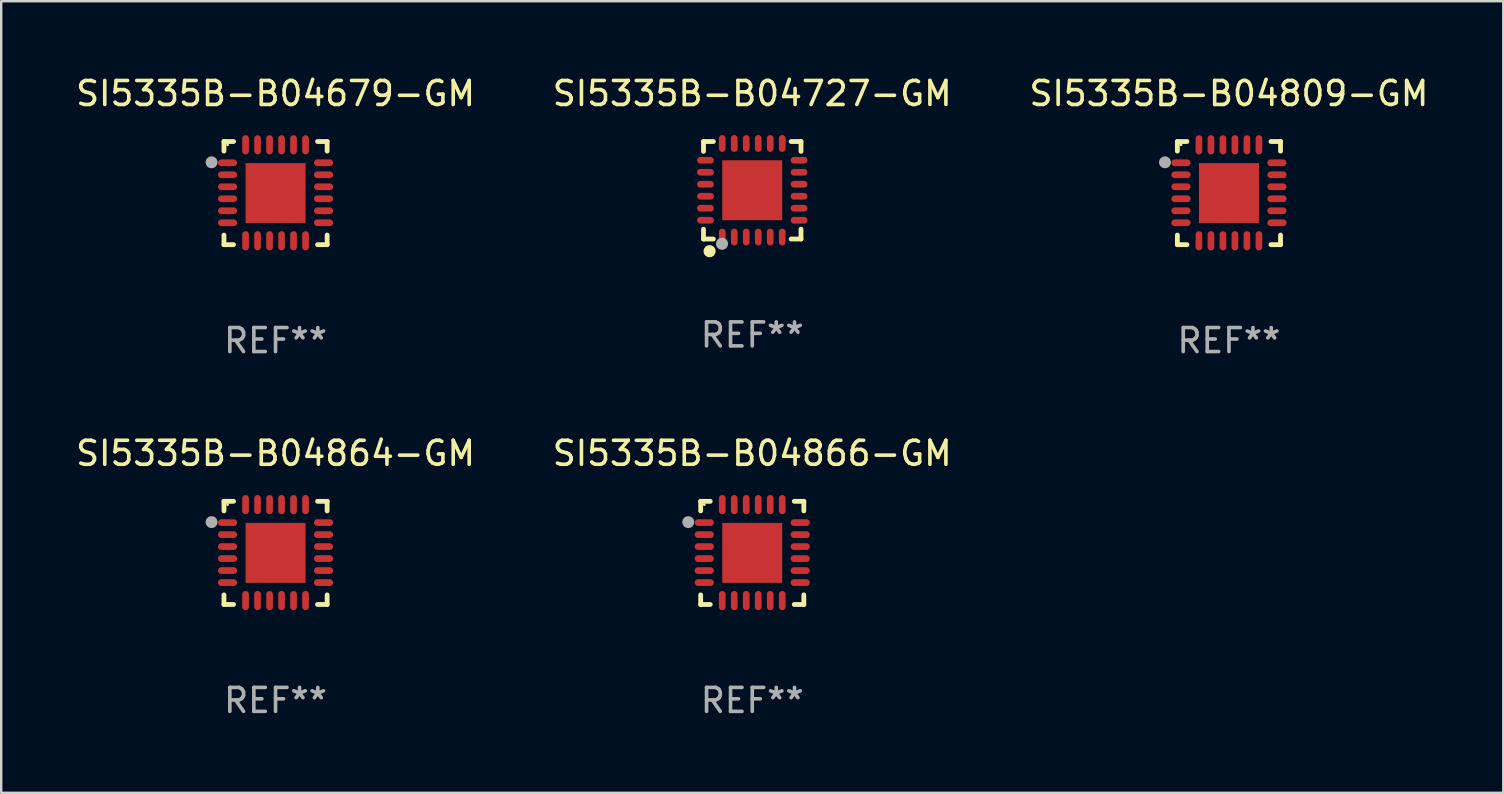
<source format=kicad_pcb>
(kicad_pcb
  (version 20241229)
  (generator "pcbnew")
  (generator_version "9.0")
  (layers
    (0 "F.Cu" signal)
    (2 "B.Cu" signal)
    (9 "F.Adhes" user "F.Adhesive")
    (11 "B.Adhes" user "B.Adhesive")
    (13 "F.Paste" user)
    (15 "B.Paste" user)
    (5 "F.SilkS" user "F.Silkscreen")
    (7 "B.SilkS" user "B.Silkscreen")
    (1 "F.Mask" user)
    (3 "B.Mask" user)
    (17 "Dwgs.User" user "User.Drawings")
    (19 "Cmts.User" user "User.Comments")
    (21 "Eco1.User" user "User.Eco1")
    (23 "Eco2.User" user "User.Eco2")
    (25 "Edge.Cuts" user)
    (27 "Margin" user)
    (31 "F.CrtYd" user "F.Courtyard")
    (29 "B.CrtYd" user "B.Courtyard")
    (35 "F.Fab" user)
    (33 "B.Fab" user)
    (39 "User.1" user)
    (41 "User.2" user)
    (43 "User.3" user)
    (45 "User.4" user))
  (footprint "SI5335B-B04864-GM"
    (layer "F.Cu")
    (at 8.435 19.995)
    (property "Reference" "SI5335B-B04864-GM" (at 0 -4.15 0) (layer "F.SilkS") (effects (font (size 1 1) (thickness 0.15))))
    (attr through_hole)
    (fp_line (start -2.15 -2.15) (end -1.75 -2.15) (stroke (width 0.2) (type solid)) (layer "F.SilkS"))
    (fp_line (start -2.15 -1.75) (end -2.15 -2.15) (stroke (width 0.2) (type solid)) (layer "F.SilkS"))
    (fp_line (start -2.15 2.15) (end -2.15 1.75) (stroke (width 0.2) (type solid)) (layer "F.SilkS"))
    (fp_line (start -1.75 2.15) (end -2.15 2.15) (stroke (width 0.2) (type solid)) (layer "F.SilkS"))
    (fp_line (start 1.75 -2.15) (end 2.15 -2.15) (stroke (width 0.2) (type solid)) (layer "F.SilkS"))
    (fp_line (start 1.75 2.15) (end 2.15 2.15) (stroke (width 0.2) (type solid)) (layer "F.SilkS"))
    (fp_line (start 2.15 -2.15) (end 2.15 -1.75) (stroke (width 0.2) (type solid)) (layer "F.SilkS"))
    (fp_line (start 2.15 2.15) (end 2.15 1.75) (stroke (width 0.2) (type solid)) (layer "F.SilkS"))
    (fp_circle (center -2 -2.013) (end -1.97 -2.013) (stroke (width 0.06) (type solid)) (fill no) (layer "F.SilkS"))
    (fp_circle (center -2.667 -1.283) (end -2.542 -1.283) (stroke (width 0.25) (type solid)) (fill no) (layer "F.Fab"))
    (fp_text user "REF**" (at 0 6.15 0) (layer "F.Fab") (effects (font (size 1 1) (thickness 0.15))))
    (pad "1" smd oval (at -2 -1.263) (size 0.8 0.28) (layers "F.Cu" "F.Mask" "F.Paste"))
    (pad "2" smd oval (at -2 -0.763) (size 0.8 0.28) (layers "F.Cu" "F.Mask" "F.Paste"))
    (pad "3" smd oval (at -2 -0.263) (size 0.8 0.28) (layers "F.Cu" "F.Mask" "F.Paste"))
    (pad "4" smd oval (at -2 0.237) (size 0.8 0.28) (layers "F.Cu" "F.Mask" "F.Paste"))
    (pad "5" smd oval (at -2 0.737) (size 0.8 0.28) (layers "F.Cu" "F.Mask" "F.Paste"))
    (pad "6" smd oval (at -2 1.237) (size 0.8 0.28) (layers "F.Cu" "F.Mask" "F.Paste"))
    (pad "7" smd oval (at -1.25 1.987) (size 0.28 0.8) (layers "F.Cu" "F.Mask" "F.Paste"))
    (pad "8" smd oval (at -0.75 1.987) (size 0.28 0.8) (layers "F.Cu" "F.Mask" "F.Paste"))
    (pad "9" smd oval (at -0.25 1.987) (size 0.28 0.8) (layers "F.Cu" "F.Mask" "F.Paste"))
    (pad "10" smd oval (at 0.25 1.987) (size 0.28 0.8) (layers "F.Cu" "F.Mask" "F.Paste"))
    (pad "11" smd oval (at 0.75 1.987) (size 0.28 0.8) (layers "F.Cu" "F.Mask" "F.Paste"))
    (pad "12" smd oval (at 1.25 1.987) (size 0.28 0.8) (layers "F.Cu" "F.Mask" "F.Paste"))
    (pad "13" smd oval (at 2 1.237) (size 0.8 0.28) (layers "F.Cu" "F.Mask" "F.Paste"))
    (pad "14" smd oval (at 2 0.737) (size 0.8 0.28) (layers "F.Cu" "F.Mask" "F.Paste"))
    (pad "15" smd oval (at 2 0.237) (size 0.8 0.28) (layers "F.Cu" "F.Mask" "F.Paste"))
    (pad "16" smd oval (at 2 -0.263) (size 0.8 0.28) (layers "F.Cu" "F.Mask" "F.Paste"))
    (pad "17" smd oval (at 2 -0.763) (size 0.8 0.28) (layers "F.Cu" "F.Mask" "F.Paste"))
    (pad "18" smd oval (at 2 -1.263) (size 0.8 0.28) (layers "F.Cu" "F.Mask" "F.Paste"))
    (pad "19" smd oval (at 1.25 -2.013) (size 0.28 0.8) (layers "F.Cu" "F.Mask" "F.Paste"))
    (pad "20" smd oval (at 0.75 -2.013) (size 0.28 0.8) (layers "F.Cu" "F.Mask" "F.Paste"))
    (pad "21" smd oval (at 0.25 -2.013) (size 0.28 0.8) (layers "F.Cu" "F.Mask" "F.Paste"))
    (pad "22" smd oval (at -0.25 -2.013) (size 0.28 0.8) (layers "F.Cu" "F.Mask" "F.Paste"))
    (pad "23" smd oval (at -0.75 -2.013) (size 0.28 0.8) (layers "F.Cu" "F.Mask" "F.Paste"))
    (pad "24" smd oval (at -1.25 -2.013) (size 0.28 0.8) (layers "F.Cu" "F.Mask" "F.Paste"))
    (pad "25" smd rect (at -0.000127 -0.00014) (size 2.5 2.5) (layers "F.Cu" "F.Mask" "F.Paste")))
  (footprint "SI5335B-B04866-GM"
    (layer "F.Cu")
    (at 28.304 19.995)
    (property "Reference" "SI5335B-B04866-GM" (at 0 -4.15 0) (layer "F.SilkS") (effects (font (size 1 1) (thickness 0.15))))
    (attr through_hole)
    (fp_line (start -2.15 -2.15) (end -1.75 -2.15) (stroke (width 0.2) (type solid)) (layer "F.SilkS"))
    (fp_line (start -2.15 -1.75) (end -2.15 -2.15) (stroke (width 0.2) (type solid)) (layer "F.SilkS"))
    (fp_line (start -2.15 2.15) (end -2.15 1.75) (stroke (width 0.2) (type solid)) (layer "F.SilkS"))
    (fp_line (start -1.75 2.15) (end -2.15 2.15) (stroke (width 0.2) (type solid)) (layer "F.SilkS"))
    (fp_line (start 1.75 -2.15) (end 2.15 -2.15) (stroke (width 0.2) (type solid)) (layer "F.SilkS"))
    (fp_line (start 1.75 2.15) (end 2.15 2.15) (stroke (width 0.2) (type solid)) (layer "F.SilkS"))
    (fp_line (start 2.15 -2.15) (end 2.15 -1.75) (stroke (width 0.2) (type solid)) (layer "F.SilkS"))
    (fp_line (start 2.15 2.15) (end 2.15 1.75) (stroke (width 0.2) (type solid)) (layer "F.SilkS"))
    (fp_circle (center -2 -2.013) (end -1.97 -2.013) (stroke (width 0.06) (type solid)) (fill no) (layer "F.SilkS"))
    (fp_circle (center -2.667 -1.283) (end -2.542 -1.283) (stroke (width 0.25) (type solid)) (fill no) (layer "F.Fab"))
    (fp_text user "REF**" (at 0 6.15 0) (layer "F.Fab") (effects (font (size 1 1) (thickness 0.15))))
    (pad "1" smd oval (at -2 -1.263) (size 0.8 0.28) (layers "F.Cu" "F.Mask" "F.Paste"))
    (pad "2" smd oval (at -2 -0.763) (size 0.8 0.28) (layers "F.Cu" "F.Mask" "F.Paste"))
    (pad "3" smd oval (at -2 -0.263) (size 0.8 0.28) (layers "F.Cu" "F.Mask" "F.Paste"))
    (pad "4" smd oval (at -2 0.237) (size 0.8 0.28) (layers "F.Cu" "F.Mask" "F.Paste"))
    (pad "5" smd oval (at -2 0.737) (size 0.8 0.28) (layers "F.Cu" "F.Mask" "F.Paste"))
    (pad "6" smd oval (at -2 1.237) (size 0.8 0.28) (layers "F.Cu" "F.Mask" "F.Paste"))
    (pad "7" smd oval (at -1.25 1.987) (size 0.28 0.8) (layers "F.Cu" "F.Mask" "F.Paste"))
    (pad "8" smd oval (at -0.75 1.987) (size 0.28 0.8) (layers "F.Cu" "F.Mask" "F.Paste"))
    (pad "9" smd oval (at -0.25 1.987) (size 0.28 0.8) (layers "F.Cu" "F.Mask" "F.Paste"))
    (pad "10" smd oval (at 0.25 1.987) (size 0.28 0.8) (layers "F.Cu" "F.Mask" "F.Paste"))
    (pad "11" smd oval (at 0.75 1.987) (size 0.28 0.8) (layers "F.Cu" "F.Mask" "F.Paste"))
    (pad "12" smd oval (at 1.25 1.987) (size 0.28 0.8) (layers "F.Cu" "F.Mask" "F.Paste"))
    (pad "13" smd oval (at 2 1.237) (size 0.8 0.28) (layers "F.Cu" "F.Mask" "F.Paste"))
    (pad "14" smd oval (at 2 0.737) (size 0.8 0.28) (layers "F.Cu" "F.Mask" "F.Paste"))
    (pad "15" smd oval (at 2 0.237) (size 0.8 0.28) (layers "F.Cu" "F.Mask" "F.Paste"))
    (pad "16" smd oval (at 2 -0.263) (size 0.8 0.28) (layers "F.Cu" "F.Mask" "F.Paste"))
    (pad "17" smd oval (at 2 -0.763) (size 0.8 0.28) (layers "F.Cu" "F.Mask" "F.Paste"))
    (pad "18" smd oval (at 2 -1.263) (size 0.8 0.28) (layers "F.Cu" "F.Mask" "F.Paste"))
    (pad "19" smd oval (at 1.25 -2.013) (size 0.28 0.8) (layers "F.Cu" "F.Mask" "F.Paste"))
    (pad "20" smd oval (at 0.75 -2.013) (size 0.28 0.8) (layers "F.Cu" "F.Mask" "F.Paste"))
    (pad "21" smd oval (at 0.25 -2.013) (size 0.28 0.8) (layers "F.Cu" "F.Mask" "F.Paste"))
    (pad "22" smd oval (at -0.25 -2.013) (size 0.28 0.8) (layers "F.Cu" "F.Mask" "F.Paste"))
    (pad "23" smd oval (at -0.75 -2.013) (size 0.28 0.8) (layers "F.Cu" "F.Mask" "F.Paste"))
    (pad "24" smd oval (at -1.25 -2.013) (size 0.28 0.8) (layers "F.Cu" "F.Mask" "F.Paste"))
    (pad "25" smd rect (at -0.000127 -0.00014) (size 2.5 2.5) (layers "F.Cu" "F.Mask" "F.Paste")))
  (footprint "SI5335B-B04727-GM"
    (layer "F.Cu")
    (at 28.304 4.88)
    (property "Reference" "SI5335B-B04727-GM" (at 0 -4.032 0) (layer "F.SilkS") (effects (font (size 1 1) (thickness 0.15))))
    (attr through_hole)
    (fp_line (start -2.032 -2.032) (end -1.621 -2.032) (stroke (width 0.2) (type solid)) (layer "F.SilkS"))
    (fp_line (start -2.032 -1.621) (end -2.032 -2.032) (stroke (width 0.2) (type solid)) (layer "F.SilkS"))
    (fp_line (start -2.032 2.032) (end -2.032 1.621) (stroke (width 0.2) (type solid)) (layer "F.SilkS"))
    (fp_line (start -1.621 2.032) (end -2.032 2.032) (stroke (width 0.2) (type solid)) (layer "F.SilkS"))
    (fp_line (start 1.621 -2.032) (end 2.032 -2.032) (stroke (width 0.2) (type solid)) (layer "F.SilkS"))
    (fp_line (start 2.032 -2.032) (end 2.032 -1.621) (stroke (width 0.2) (type solid)) (layer "F.SilkS"))
    (fp_line (start 2.032 1.621) (end 2.032 2.032) (stroke (width 0.2) (type solid)) (layer "F.SilkS"))
    (fp_line (start 2.032 2.032) (end 1.621 2.032) (stroke (width 0.2) (type solid)) (layer "F.SilkS"))
    (fp_circle (center -2 2) (end -1.97 2) (stroke (width 0.06) (type solid)) (fill no) (layer "F.SilkS"))
    (fp_circle (center -1.778 2.54) (end -1.651 2.54) (stroke (width 0.254) (type solid)) (fill no) (layer "F.SilkS"))
    (fp_circle (center -1.26 2.23) (end -1.133 2.23) (stroke (width 0.254) (type solid)) (fill no) (layer "F.Fab"))
    (fp_text user "REF**" (at 0 6.032 0) (layer "F.Fab") (effects (font (size 1 1) (thickness 0.15))))
    (pad "1" smd oval (at -1.25 1.95 180) (size 0.28 0.7) (layers "F.Cu" "F.Mask" "F.Paste"))
    (pad "2" smd oval (at -0.75 1.95 180) (size 0.28 0.7) (layers "F.Cu" "F.Mask" "F.Paste"))
    (pad "3" smd oval (at -0.25 1.95 180) (size 0.28 0.7) (layers "F.Cu" "F.Mask" "F.Paste"))
    (pad "4" smd oval (at 0.25 1.95 180) (size 0.28 0.7) (layers "F.Cu" "F.Mask" "F.Paste"))
    (pad "5" smd oval (at 0.75 1.95 180) (size 0.28 0.7) (layers "F.Cu" "F.Mask" "F.Paste"))
    (pad "6" smd oval (at 1.25 1.95 180) (size 0.28 0.7) (layers "F.Cu" "F.Mask" "F.Paste"))
    (pad "7" smd oval (at 1.95 1.25 270) (size 0.28 0.7) (layers "F.Cu" "F.Mask" "F.Paste"))
    (pad "8" smd oval (at 1.95 0.75 270) (size 0.28 0.7) (layers "F.Cu" "F.Mask" "F.Paste"))
    (pad "9" smd oval (at 1.95 0.25 270) (size 0.28 0.7) (layers "F.Cu" "F.Mask" "F.Paste"))
    (pad "10" smd oval (at 1.95 -0.25 270) (size 0.28 0.7) (layers "F.Cu" "F.Mask" "F.Paste"))
    (pad "11" smd oval (at 1.95 -0.75 270) (size 0.28 0.7) (layers "F.Cu" "F.Mask" "F.Paste"))
    (pad "12" smd oval (at 1.95 -1.25 270) (size 0.28 0.7) (layers "F.Cu" "F.Mask" "F.Paste"))
    (pad "13" smd oval (at 1.25 -1.95) (size 0.28 0.7) (layers "F.Cu" "F.Mask" "F.Paste"))
    (pad "14" smd oval (at 0.75 -1.95) (size 0.28 0.7) (layers "F.Cu" "F.Mask" "F.Paste"))
    (pad "15" smd oval (at 0.25 -1.95) (size 0.28 0.7) (layers "F.Cu" "F.Mask" "F.Paste"))
    (pad "16" smd oval (at -0.25 -1.95) (size 0.28 0.7) (layers "F.Cu" "F.Mask" "F.Paste"))
    (pad "17" smd oval (at -0.75 -1.95) (size 0.28 0.7) (layers "F.Cu" "F.Mask" "F.Paste"))
    (pad "18" smd oval (at -1.25 -1.95) (size 0.28 0.7) (layers "F.Cu" "F.Mask" "F.Paste"))
    (pad "19" smd oval (at -1.95 -1.25 90) (size 0.28 0.7) (layers "F.Cu" "F.Mask" "F.Paste"))
    (pad "20" smd oval (at -1.95 -0.75 90) (size 0.28 0.7) (layers "F.Cu" "F.Mask" "F.Paste"))
    (pad "21" smd oval (at -1.95 -0.25 90) (size 0.28 0.7) (layers "F.Cu" "F.Mask" "F.Paste"))
    (pad "22" smd oval (at -1.95 0.25 90) (size 0.28 0.7) (layers "F.Cu" "F.Mask" "F.Paste"))
    (pad "23" smd oval (at -1.95 0.75 90) (size 0.28 0.7) (layers "F.Cu" "F.Mask" "F.Paste"))
    (pad "24" smd oval (at -1.95 1.25 90) (size 0.28 0.7) (layers "F.Cu" "F.Mask" "F.Paste"))
    (pad "25" smd rect (at -0.000178 0.000025 90) (size 2.5 2.5) (layers "F.Cu" "F.Mask" "F.Paste")))
  (footprint "SI5335B-B04809-GM"
    (layer "F.Cu")
    (at 48.173 4.998)
    (property "Reference" "SI5335B-B04809-GM" (at 0 -4.15 0) (layer "F.SilkS") (effects (font (size 1 1) (thickness 0.15))))
    (attr through_hole)
    (fp_line (start -2.15 -2.15) (end -1.75 -2.15) (stroke (width 0.2) (type solid)) (layer "F.SilkS"))
    (fp_line (start -2.15 -1.75) (end -2.15 -2.15) (stroke (width 0.2) (type solid)) (layer "F.SilkS"))
    (fp_line (start -2.15 2.15) (end -2.15 1.75) (stroke (width 0.2) (type solid)) (layer "F.SilkS"))
    (fp_line (start -1.75 2.15) (end -2.15 2.15) (stroke (width 0.2) (type solid)) (layer "F.SilkS"))
    (fp_line (start 1.75 -2.15) (end 2.15 -2.15) (stroke (width 0.2) (type solid)) (layer "F.SilkS"))
    (fp_line (start 1.75 2.15) (end 2.15 2.15) (stroke (width 0.2) (type solid)) (layer "F.SilkS"))
    (fp_line (start 2.15 -2.15) (end 2.15 -1.75) (stroke (width 0.2) (type solid)) (layer "F.SilkS"))
    (fp_line (start 2.15 2.15) (end 2.15 1.75) (stroke (width 0.2) (type solid)) (layer "F.SilkS"))
    (fp_circle (center -2 -2.013) (end -1.97 -2.013) (stroke (width 0.06) (type solid)) (fill no) (layer "F.SilkS"))
    (fp_circle (center -2.667 -1.283) (end -2.542 -1.283) (stroke (width 0.25) (type solid)) (fill no) (layer "F.Fab"))
    (fp_text user "REF**" (at 0 6.15 0) (layer "F.Fab") (effects (font (size 1 1) (thickness 0.15))))
    (pad "1" smd oval (at -2 -1.263) (size 0.8 0.28) (layers "F.Cu" "F.Mask" "F.Paste"))
    (pad "2" smd oval (at -2 -0.763) (size 0.8 0.28) (layers "F.Cu" "F.Mask" "F.Paste"))
    (pad "3" smd oval (at -2 -0.263) (size 0.8 0.28) (layers "F.Cu" "F.Mask" "F.Paste"))
    (pad "4" smd oval (at -2 0.237) (size 0.8 0.28) (layers "F.Cu" "F.Mask" "F.Paste"))
    (pad "5" smd oval (at -2 0.737) (size 0.8 0.28) (layers "F.Cu" "F.Mask" "F.Paste"))
    (pad "6" smd oval (at -2 1.237) (size 0.8 0.28) (layers "F.Cu" "F.Mask" "F.Paste"))
    (pad "7" smd oval (at -1.25 1.987) (size 0.28 0.8) (layers "F.Cu" "F.Mask" "F.Paste"))
    (pad "8" smd oval (at -0.75 1.987) (size 0.28 0.8) (layers "F.Cu" "F.Mask" "F.Paste"))
    (pad "9" smd oval (at -0.25 1.987) (size 0.28 0.8) (layers "F.Cu" "F.Mask" "F.Paste"))
    (pad "10" smd oval (at 0.25 1.987) (size 0.28 0.8) (layers "F.Cu" "F.Mask" "F.Paste"))
    (pad "11" smd oval (at 0.75 1.987) (size 0.28 0.8) (layers "F.Cu" "F.Mask" "F.Paste"))
    (pad "12" smd oval (at 1.25 1.987) (size 0.28 0.8) (layers "F.Cu" "F.Mask" "F.Paste"))
    (pad "13" smd oval (at 2 1.237) (size 0.8 0.28) (layers "F.Cu" "F.Mask" "F.Paste"))
    (pad "14" smd oval (at 2 0.737) (size 0.8 0.28) (layers "F.Cu" "F.Mask" "F.Paste"))
    (pad "15" smd oval (at 2 0.237) (size 0.8 0.28) (layers "F.Cu" "F.Mask" "F.Paste"))
    (pad "16" smd oval (at 2 -0.263) (size 0.8 0.28) (layers "F.Cu" "F.Mask" "F.Paste"))
    (pad "17" smd oval (at 2 -0.763) (size 0.8 0.28) (layers "F.Cu" "F.Mask" "F.Paste"))
    (pad "18" smd oval (at 2 -1.263) (size 0.8 0.28) (layers "F.Cu" "F.Mask" "F.Paste"))
    (pad "19" smd oval (at 1.25 -2.013) (size 0.28 0.8) (layers "F.Cu" "F.Mask" "F.Paste"))
    (pad "20" smd oval (at 0.75 -2.013) (size 0.28 0.8) (layers "F.Cu" "F.Mask" "F.Paste"))
    (pad "21" smd oval (at 0.25 -2.013) (size 0.28 0.8) (layers "F.Cu" "F.Mask" "F.Paste"))
    (pad "22" smd oval (at -0.25 -2.013) (size 0.28 0.8) (layers "F.Cu" "F.Mask" "F.Paste"))
    (pad "23" smd oval (at -0.75 -2.013) (size 0.28 0.8) (layers "F.Cu" "F.Mask" "F.Paste"))
    (pad "24" smd oval (at -1.25 -2.013) (size 0.28 0.8) (layers "F.Cu" "F.Mask" "F.Paste"))
    (pad "25" smd rect (at -0.000127 -0.00014) (size 2.5 2.5) (layers "F.Cu" "F.Mask" "F.Paste")))
  (footprint "SI5335B-B04679-GM"
    (layer "F.Cu")
    (at 8.435 4.998)
    (property "Reference" "SI5335B-B04679-GM" (at 0 -4.15 0) (layer "F.SilkS") (effects (font (size 1 1) (thickness 0.15))))
    (attr through_hole)
    (fp_line (start -2.15 -2.15) (end -1.75 -2.15) (stroke (width 0.2) (type solid)) (layer "F.SilkS"))
    (fp_line (start -2.15 -1.75) (end -2.15 -2.15) (stroke (width 0.2) (type solid)) (layer "F.SilkS"))
    (fp_line (start -2.15 2.15) (end -2.15 1.75) (stroke (width 0.2) (type solid)) (layer "F.SilkS"))
    (fp_line (start -1.75 2.15) (end -2.15 2.15) (stroke (width 0.2) (type solid)) (layer "F.SilkS"))
    (fp_line (start 1.75 -2.15) (end 2.15 -2.15) (stroke (width 0.2) (type solid)) (layer "F.SilkS"))
    (fp_line (start 1.75 2.15) (end 2.15 2.15) (stroke (width 0.2) (type solid)) (layer "F.SilkS"))
    (fp_line (start 2.15 -2.15) (end 2.15 -1.75) (stroke (width 0.2) (type solid)) (layer "F.SilkS"))
    (fp_line (start 2.15 2.15) (end 2.15 1.75) (stroke (width 0.2) (type solid)) (layer "F.SilkS"))
    (fp_circle (center -2 -2.013) (end -1.97 -2.013) (stroke (width 0.06) (type solid)) (fill no) (layer "F.SilkS"))
    (fp_circle (center -2.667 -1.283) (end -2.542 -1.283) (stroke (width 0.25) (type solid)) (fill no) (layer "F.Fab"))
    (fp_text user "REF**" (at 0 6.15 0) (layer "F.Fab") (effects (font (size 1 1) (thickness 0.15))))
    (pad "1" smd oval (at -2 -1.263) (size 0.8 0.28) (layers "F.Cu" "F.Mask" "F.Paste"))
    (pad "2" smd oval (at -2 -0.763) (size 0.8 0.28) (layers "F.Cu" "F.Mask" "F.Paste"))
    (pad "3" smd oval (at -2 -0.263) (size 0.8 0.28) (layers "F.Cu" "F.Mask" "F.Paste"))
    (pad "4" smd oval (at -2 0.237) (size 0.8 0.28) (layers "F.Cu" "F.Mask" "F.Paste"))
    (pad "5" smd oval (at -2 0.737) (size 0.8 0.28) (layers "F.Cu" "F.Mask" "F.Paste"))
    (pad "6" smd oval (at -2 1.237) (size 0.8 0.28) (layers "F.Cu" "F.Mask" "F.Paste"))
    (pad "7" smd oval (at -1.25 1.987) (size 0.28 0.8) (layers "F.Cu" "F.Mask" "F.Paste"))
    (pad "8" smd oval (at -0.75 1.987) (size 0.28 0.8) (layers "F.Cu" "F.Mask" "F.Paste"))
    (pad "9" smd oval (at -0.25 1.987) (size 0.28 0.8) (layers "F.Cu" "F.Mask" "F.Paste"))
    (pad "10" smd oval (at 0.25 1.987) (size 0.28 0.8) (layers "F.Cu" "F.Mask" "F.Paste"))
    (pad "11" smd oval (at 0.75 1.987) (size 0.28 0.8) (layers "F.Cu" "F.Mask" "F.Paste"))
    (pad "12" smd oval (at 1.25 1.987) (size 0.28 0.8) (layers "F.Cu" "F.Mask" "F.Paste"))
    (pad "13" smd oval (at 2 1.237) (size 0.8 0.28) (layers "F.Cu" "F.Mask" "F.Paste"))
    (pad "14" smd oval (at 2 0.737) (size 0.8 0.28) (layers "F.Cu" "F.Mask" "F.Paste"))
    (pad "15" smd oval (at 2 0.237) (size 0.8 0.28) (layers "F.Cu" "F.Mask" "F.Paste"))
    (pad "16" smd oval (at 2 -0.263) (size 0.8 0.28) (layers "F.Cu" "F.Mask" "F.Paste"))
    (pad "17" smd oval (at 2 -0.763) (size 0.8 0.28) (layers "F.Cu" "F.Mask" "F.Paste"))
    (pad "18" smd oval (at 2 -1.263) (size 0.8 0.28) (layers "F.Cu" "F.Mask" "F.Paste"))
    (pad "19" smd oval (at 1.25 -2.013) (size 0.28 0.8) (layers "F.Cu" "F.Mask" "F.Paste"))
    (pad "20" smd oval (at 0.75 -2.013) (size 0.28 0.8) (layers "F.Cu" "F.Mask" "F.Paste"))
    (pad "21" smd oval (at 0.25 -2.013) (size 0.28 0.8) (layers "F.Cu" "F.Mask" "F.Paste"))
    (pad "22" smd oval (at -0.25 -2.013) (size 0.28 0.8) (layers "F.Cu" "F.Mask" "F.Paste"))
    (pad "23" smd oval (at -0.75 -2.013) (size 0.28 0.8) (layers "F.Cu" "F.Mask" "F.Paste"))
    (pad "24" smd oval (at -1.25 -2.013) (size 0.28 0.8) (layers "F.Cu" "F.Mask" "F.Paste"))
    (pad "25" smd rect (at -0.000127 -0.00014) (size 2.5 2.5) (layers "F.Cu" "F.Mask" "F.Paste")))
  (gr_rect
    (start -3 -3)
    (end 59.607 29.993)
    (stroke (width 0.1) (type default))
    (fill no)
    (layer "Edge.Cuts")))
</source>
